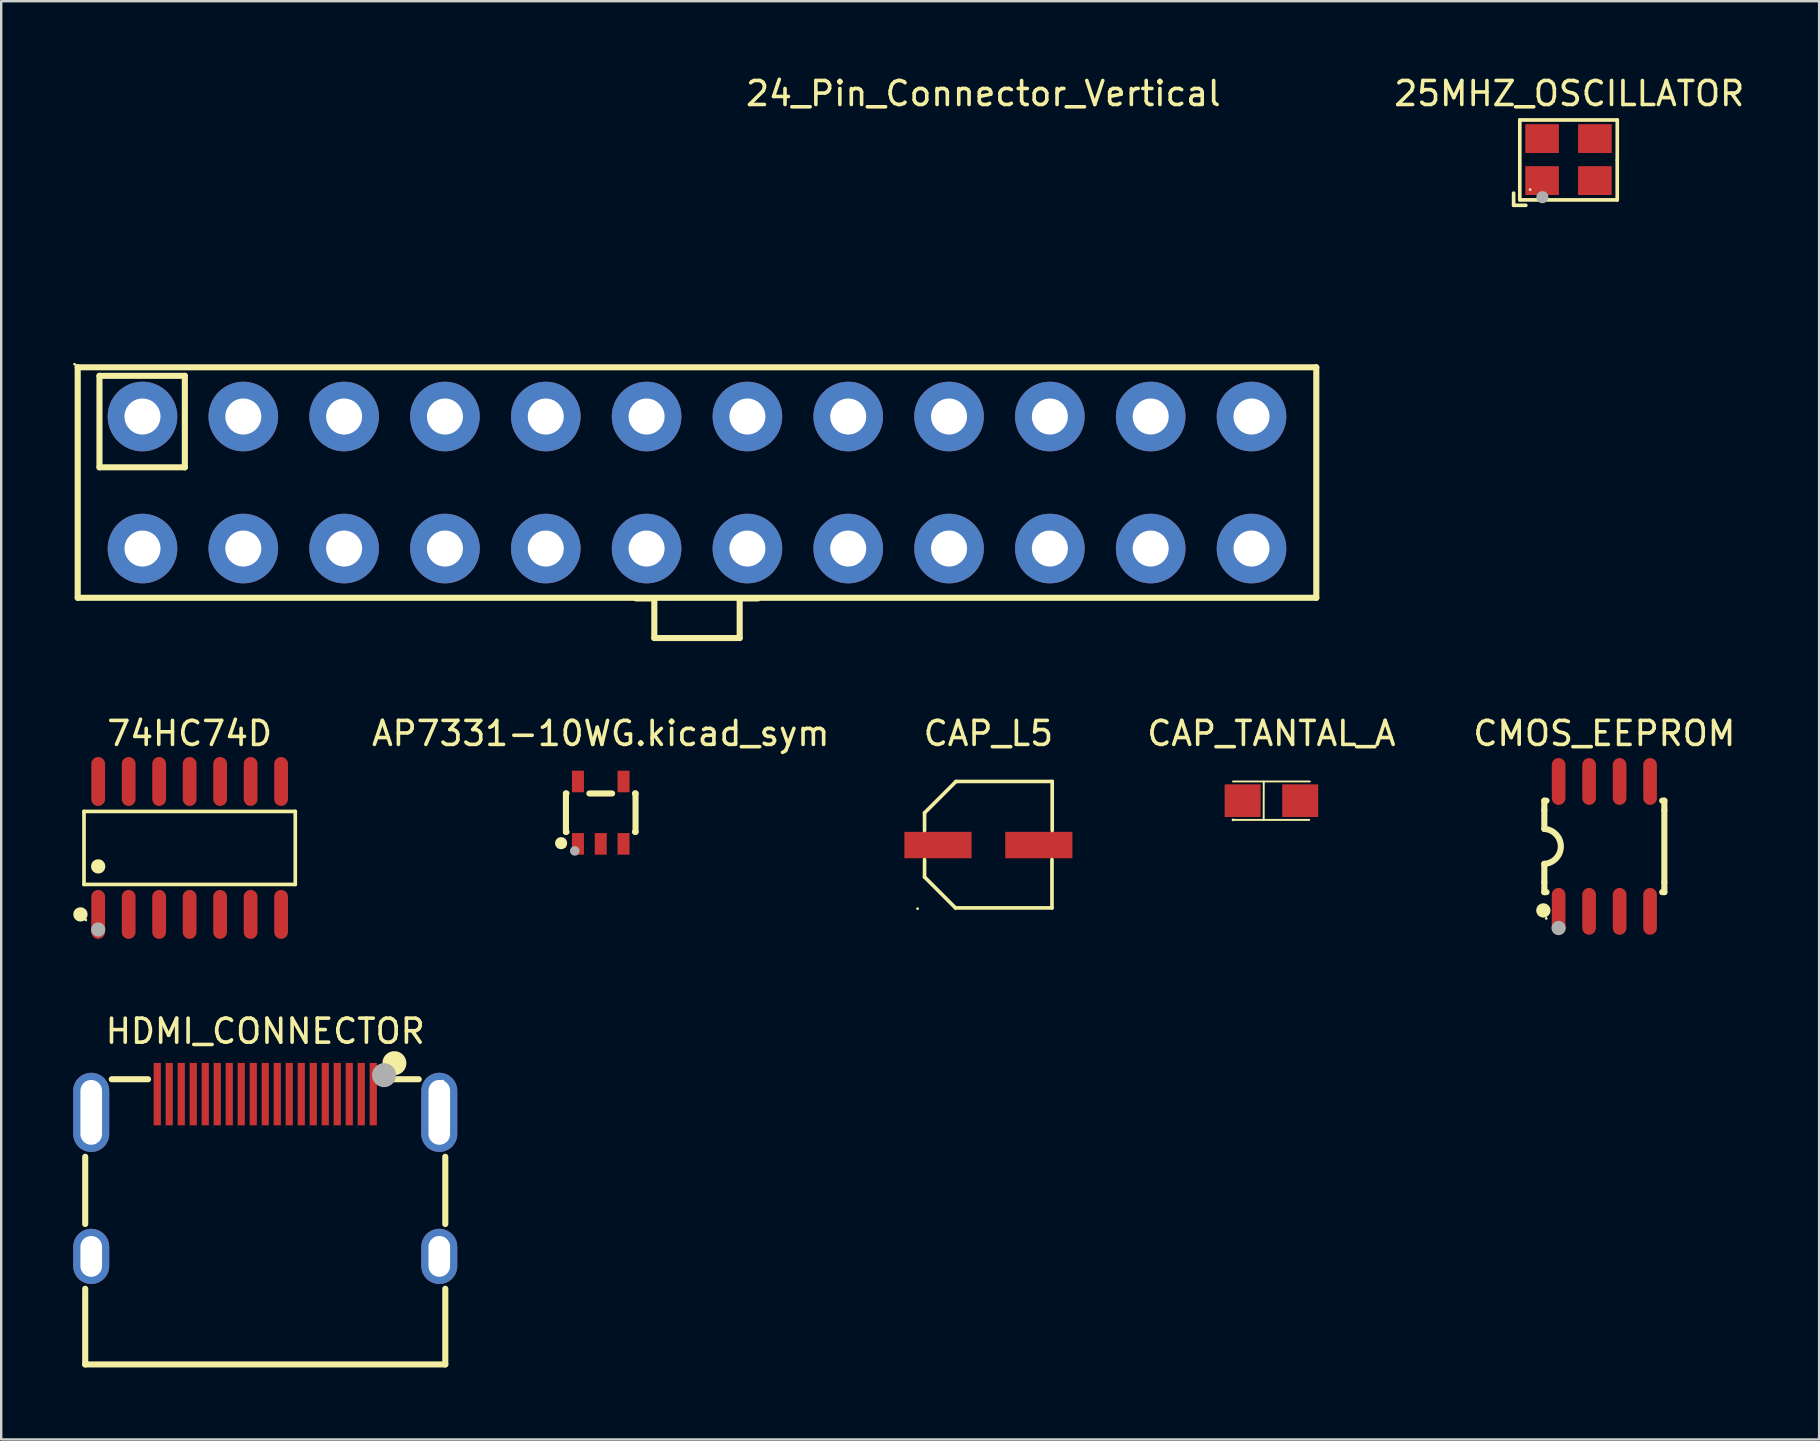
<source format=kicad_pcb>
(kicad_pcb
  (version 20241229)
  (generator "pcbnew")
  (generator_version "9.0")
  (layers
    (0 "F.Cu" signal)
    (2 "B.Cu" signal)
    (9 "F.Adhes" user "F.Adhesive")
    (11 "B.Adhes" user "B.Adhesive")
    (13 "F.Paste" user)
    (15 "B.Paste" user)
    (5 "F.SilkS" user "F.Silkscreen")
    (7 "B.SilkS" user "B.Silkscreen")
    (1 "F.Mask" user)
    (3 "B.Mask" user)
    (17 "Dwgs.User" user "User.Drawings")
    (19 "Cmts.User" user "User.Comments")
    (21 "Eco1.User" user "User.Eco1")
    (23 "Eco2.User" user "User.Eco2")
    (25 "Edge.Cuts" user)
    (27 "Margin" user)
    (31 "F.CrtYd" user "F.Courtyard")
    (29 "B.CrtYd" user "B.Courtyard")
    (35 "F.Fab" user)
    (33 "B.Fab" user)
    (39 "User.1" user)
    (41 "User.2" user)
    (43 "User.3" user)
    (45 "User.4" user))
  (footprint "74HC74D"
    (layer "F.Cu")
    (at 4.85 32.274)
    (property "Reference" "74HC74D" (at 0 -4.769 180) (layer "F.SilkS") (effects (font (size 1 1) (thickness 0.15))))
    (attr through_hole)
    (fp_line (start -4.401 -1.521) (end 4.401 -1.521) (stroke (width 0.152) (type solid)) (layer "F.SilkS"))
    (fp_line (start -4.401 1.521) (end -4.401 -1.521) (stroke (width 0.152) (type solid)) (layer "F.SilkS"))
    (fp_line (start 4.401 -1.521) (end 4.401 1.521) (stroke (width 0.152) (type solid)) (layer "F.SilkS"))
    (fp_line (start 4.401 1.521) (end -4.401 1.521) (stroke (width 0.152) (type solid)) (layer "F.SilkS"))
    (fp_circle (center -4.549 2.769) (end -4.399 2.769) (stroke (width 0.3) (type solid)) (fill no) (layer "F.SilkS"))
    (fp_circle (center -4.325 3) (end -4.295 3) (stroke (width 0.06) (type solid)) (fill no) (layer "F.SilkS"))
    (fp_circle (center -3.81 0.769) (end -3.66 0.769) (stroke (width 0.3) (type solid)) (fill no) (layer "F.SilkS"))
    (fp_circle (center -3.81 3.4) (end -3.66 3.4) (stroke (width 0.3) (type solid)) (fill no) (layer "F.Fab"))
    (pad "1" smd oval (at -3.81 2.769) (size 0.574 2.038) (layers "F.Cu" "F.Mask" "F.Paste"))
    (pad "2" smd oval (at -2.54 2.769) (size 0.574 2.038) (layers "F.Cu" "F.Mask" "F.Paste"))
    (pad "3" smd oval (at -1.27 2.769) (size 0.574 2.038) (layers "F.Cu" "F.Mask" "F.Paste"))
    (pad "4" smd oval (at 0 2.769) (size 0.574 2.038) (layers "F.Cu" "F.Mask" "F.Paste"))
    (pad "5" smd oval (at 1.27 2.769) (size 0.574 2.038) (layers "F.Cu" "F.Mask" "F.Paste"))
    (pad "6" smd oval (at 2.54 2.769) (size 0.574 2.038) (layers "F.Cu" "F.Mask" "F.Paste"))
    (pad "7" smd oval (at 3.81 2.769) (size 0.574 2.038) (layers "F.Cu" "F.Mask" "F.Paste"))
    (pad "8" smd oval (at 3.81 -2.769) (size 0.574 2.038) (layers "F.Cu" "F.Mask" "F.Paste"))
    (pad "9" smd oval (at 2.54 -2.769) (size 0.574 2.038) (layers "F.Cu" "F.Mask" "F.Paste"))
    (pad "10" smd oval (at 1.27 -2.769) (size 0.574 2.038) (layers "F.Cu" "F.Mask" "F.Paste"))
    (pad "11" smd oval (at 0 -2.769) (size 0.574 2.038) (layers "F.Cu" "F.Mask" "F.Paste"))
    (pad "12" smd oval (at -1.27 -2.769) (size 0.574 2.038) (layers "F.Cu" "F.Mask" "F.Paste"))
    (pad "13" smd oval (at -2.54 -2.769) (size 0.574 2.038) (layers "F.Cu" "F.Mask" "F.Paste"))
    (pad "14" smd oval (at -3.81 -2.769) (size 0.574 2.038) (layers "F.Cu" "F.Mask" "F.Paste")))
  (footprint "CAP_TANTAL_A"
    (layer "F.Cu")
    (at 49.916 30.305)
    (property "Reference" "CAP_TANTAL_A" (at 0 -2.8 180) (layer "F.SilkS") (effects (font (size 1 1) (thickness 0.15))))
    (attr through_hole)
    (fp_line (start -1.6 -0.8) (end 1.6 -0.8) (stroke (width 0.08) (type solid)) (layer "F.SilkS"))
    (fp_line (start -1.575 0.8) (end 1.575 0.8) (stroke (width 0.08) (type solid)) (layer "F.SilkS"))
    (fp_line (start -0.323 0.8) (end -0.32 -0.8) (stroke (width 0.08) (type solid)) (layer "F.SilkS"))
    (fp_circle (center -1.6 0.8) (end -1.57 0.8) (stroke (width 0.06) (type solid)) (fill no) (layer "F.SilkS"))
    (pad "1" smd rect (at -1.2 0) (size 1.5 1.359) (layers "F.Cu" "F.Mask" "F.Paste"))
    (pad "2" smd rect (at 1.2 0) (size 1.5 1.359) (layers "F.Cu" "F.Mask" "F.Paste")))
  (footprint "24_Pin_Connector_Vertical"
    (layer "F.Cu")
    (at 25.986 17.052)
    (property "Reference" "24_Pin_Connector_Vertical" (at 11.928 -16.204 0) (layer "F.SilkS") (effects (font (size 1 1) (thickness 0.15))))
    (attr through_hole)
    (fp_line (start -25.799 -4.801) (end -25.799 4.801) (stroke (width 0.254) (type solid)) (layer "F.SilkS"))
    (fp_line (start -25.799 -4.801) (end 25.799 -4.801) (stroke (width 0.254) (type solid)) (layer "F.SilkS"))
    (fp_line (start -25.799 4.801) (end 25.799 4.801) (stroke (width 0.254) (type solid)) (layer "F.SilkS"))
    (fp_line (start -24.892 -4.445) (end -21.336 -4.445) (stroke (width 0.254) (type solid)) (layer "F.SilkS"))
    (fp_line (start -24.892 -0.635) (end -24.892 -4.445) (stroke (width 0.254) (type solid)) (layer "F.SilkS"))
    (fp_line (start -21.336 -4.445) (end -21.336 -0.635) (stroke (width 0.254) (type solid)) (layer "F.SilkS"))
    (fp_line (start -21.336 -0.635) (end -24.892 -0.635) (stroke (width 0.254) (type solid)) (layer "F.SilkS"))
    (fp_line (start -2.54 4.826) (end -1.778 4.826) (stroke (width 0.254) (type solid)) (layer "F.SilkS"))
    (fp_line (start -1.778 4.826) (end -1.778 6.477) (stroke (width 0.254) (type solid)) (layer "F.SilkS"))
    (fp_line (start -1.778 6.477) (end 1.778 6.477) (stroke (width 0.254) (type solid)) (layer "F.SilkS"))
    (fp_line (start 1.778 4.826) (end 2.54 4.826) (stroke (width 0.254) (type solid)) (layer "F.SilkS"))
    (fp_line (start 1.778 6.477) (end 1.778 4.826) (stroke (width 0.254) (type solid)) (layer "F.SilkS"))
    (fp_line (start 25.799 -4.801) (end 25.799 4.801) (stroke (width 0.254) (type solid)) (layer "F.SilkS"))
    (fp_circle (center -25.926 -4.928) (end -25.896 -4.928) (stroke (width 0.06) (type solid)) (fill no) (layer "F.SilkS"))
    (pad "1" thru_hole circle (at -23.1 -2.75) (size 2.9 2.9) (drill 1.5) (layers "*.Cu" "*.Mask"))
    (pad "2" thru_hole circle (at -18.9 -2.75) (size 2.9 2.9) (drill 1.5) (layers "*.Cu" "*.Mask"))
    (pad "3" thru_hole circle (at -14.7 -2.75) (size 2.9 2.9) (drill 1.5) (layers "*.Cu" "*.Mask"))
    (pad "4" thru_hole circle (at -10.5 -2.75) (size 2.9 2.9) (drill 1.5) (layers "*.Cu" "*.Mask"))
    (pad "5" thru_hole circle (at -6.3 -2.75) (size 2.9 2.9) (drill 1.5) (layers "*.Cu" "*.Mask"))
    (pad "6" thru_hole circle (at -2.1 -2.75) (size 2.9 2.9) (drill 1.5) (layers "*.Cu" "*.Mask"))
    (pad "7" thru_hole circle (at 2.1 -2.75) (size 2.9 2.9) (drill 1.5) (layers "*.Cu" "*.Mask"))
    (pad "8" thru_hole circle (at 6.3 -2.75) (size 2.9 2.9) (drill 1.5) (layers "*.Cu" "*.Mask"))
    (pad "9" thru_hole circle (at 10.5 -2.75) (size 2.9 2.9) (drill 1.5) (layers "*.Cu" "*.Mask"))
    (pad "10" thru_hole circle (at 14.7 -2.75) (size 2.9 2.9) (drill 1.5) (layers "*.Cu" "*.Mask"))
    (pad "11" thru_hole circle (at 18.9 -2.75) (size 2.9 2.9) (drill 1.5) (layers "*.Cu" "*.Mask"))
    (pad "12" thru_hole circle (at 23.1 -2.75) (size 2.9 2.9) (drill 1.5) (layers "*.Cu" "*.Mask"))
    (pad "13" thru_hole circle (at -23.1 2.75) (size 2.9 2.9) (drill 1.5) (layers "*.Cu" "*.Mask"))
    (pad "14" thru_hole circle (at -18.9 2.75) (size 2.9 2.9) (drill 1.5) (layers "*.Cu" "*.Mask"))
    (pad "15" thru_hole circle (at -14.7 2.75) (size 2.9 2.9) (drill 1.5) (layers "*.Cu" "*.Mask"))
    (pad "16" thru_hole circle (at -10.5 2.75) (size 2.9 2.9) (drill 1.5) (layers "*.Cu" "*.Mask"))
    (pad "17" thru_hole circle (at -6.3 2.75) (size 2.9 2.9) (drill 1.5) (layers "*.Cu" "*.Mask"))
    (pad "18" thru_hole circle (at -2.1 2.75) (size 2.9 2.9) (drill 1.5) (layers "*.Cu" "*.Mask"))
    (pad "19" thru_hole circle (at 2.1 2.75) (size 2.9 2.9) (drill 1.5) (layers "*.Cu" "*.Mask"))
    (pad "20" thru_hole circle (at 6.3 2.75) (size 2.9 2.9) (drill 1.5) (layers "*.Cu" "*.Mask"))
    (pad "21" thru_hole circle (at 10.5 2.75) (size 2.9 2.9) (drill 1.5) (layers "*.Cu" "*.Mask"))
    (pad "22" thru_hole circle (at 14.7 2.75) (size 2.9 2.9) (drill 1.5) (layers "*.Cu" "*.Mask"))
    (pad "23" thru_hole circle (at 18.9 2.75) (size 2.9 2.9) (drill 1.5) (layers "*.Cu" "*.Mask"))
    (pad "24" thru_hole circle (at 23.1 2.75) (size 2.9 2.9) (drill 1.5) (layers "*.Cu" "*.Mask")))
  (footprint "CAP_L5"
    (layer "F.Cu")
    (at 38.125 32.154)
    (property "Reference" "CAP_L5" (at 0 -4.649 0) (layer "F.SilkS") (effects (font (size 1 1) (thickness 0.15))))
    (attr through_hole)
    (fp_line (start -2.659 -1.341) (end -2.659 -0.607) (stroke (width 0.152) (type solid)) (layer "F.SilkS"))
    (fp_line (start -2.659 1.331) (end -2.659 0.607) (stroke (width 0.152) (type solid)) (layer "F.SilkS"))
    (fp_line (start -1.372 2.619) (end -2.659 1.331) (stroke (width 0.152) (type solid)) (layer "F.SilkS"))
    (fp_line (start -1.349 -2.649) (end -2.659 -1.341) (stroke (width 0.152) (type solid)) (layer "F.SilkS"))
    (fp_line (start 2.649 0.607) (end 2.649 2.619) (stroke (width 0.152) (type solid)) (layer "F.SilkS"))
    (fp_line (start 2.649 2.619) (end -1.372 2.619) (stroke (width 0.152) (type solid)) (layer "F.SilkS"))
    (fp_line (start 2.659 -2.649) (end -1.349 -2.649) (stroke (width 0.152) (type solid)) (layer "F.SilkS"))
    (fp_line (start 2.659 -0.607) (end 2.659 -2.649) (stroke (width 0.152) (type solid)) (layer "F.SilkS"))
    (fp_circle (center -2.95 2.65) (end -2.92 2.65) (stroke (width 0.06) (type solid)) (fill no) (layer "F.SilkS"))
    (pad "1" smd rect (at -2.1 0) (size 2.8 1.1) (layers "F.Cu" "F.Mask" "F.Paste"))
    (pad "2" smd rect (at 2.1 0) (size 2.8 1.1) (layers "F.Cu" "F.Mask" "F.Paste")))
  (footprint "CMOS_EEPROM"
    (layer "F.Cu")
    (at 63.785 32.21)
    (property "Reference" "CMOS_EEPROM" (at 0 -4.705 0) (layer "F.SilkS") (effects (font (size 1 1) (thickness 0.15))))
    (attr through_hole)
    (fp_line (start -2.5 -1.905) (end -2.409 -1.905) (stroke (width 0.254) (type solid)) (layer "F.SilkS"))
    (fp_line (start -2.5 -1.5) (end -2.5 -1.905) (stroke (width 0.254) (type solid)) (layer "F.SilkS"))
    (fp_line (start -2.5 -1.5) (end -2.5 -0.726) (stroke (width 0.254) (type solid)) (layer "F.SilkS"))
    (fp_line (start -2.5 1.5) (end -2.5 0.727) (stroke (width 0.254) (type solid)) (layer "F.SilkS"))
    (fp_line (start -2.5 1.5) (end -2.5 1.905) (stroke (width 0.254) (type solid)) (layer "F.SilkS"))
    (fp_line (start -2.5 1.905) (end -2.409 1.905) (stroke (width 0.254) (type solid)) (layer "F.SilkS"))
    (fp_line (start 2.5 -1.905) (end 2.409 -1.905) (stroke (width 0.254) (type solid)) (layer "F.SilkS"))
    (fp_line (start 2.5 -1.5) (end 2.5 -1.905) (stroke (width 0.254) (type solid)) (layer "F.SilkS"))
    (fp_line (start 2.5 -1.5) (end 2.5 1.5) (stroke (width 0.254) (type solid)) (layer "F.SilkS"))
    (fp_line (start 2.5 1.5) (end 2.5 1.905) (stroke (width 0.254) (type solid)) (layer "F.SilkS"))
    (fp_line (start 2.5 1.905) (end 2.409 1.905) (stroke (width 0.254) (type solid)) (layer "F.SilkS"))
    (fp_arc (start -2.495098 -0.726289) (mid -1.812145 0.002452) (end -2.499999 0.726568) (stroke (width 0.254) (type solid)) (layer "F.SilkS"))
    (fp_circle (center -2.54 2.667) (end -2.39 2.667) (stroke (width 0.3) (type solid)) (fill no) (layer "F.SilkS"))
    (fp_circle (center -2.42 3) (end -2.39 3) (stroke (width 0.06) (type solid)) (fill no) (layer "F.SilkS"))
    (fp_circle (center -1.905 3.4) (end -1.755 3.4) (stroke (width 0.3) (type solid)) (fill no) (layer "F.Fab"))
    (pad "1" smd oval (at -1.905 2.705) (size 0.568 1.95) (layers "F.Cu" "F.Mask" "F.Paste"))
    (pad "2" smd oval (at -0.635 2.705) (size 0.568 1.95) (layers "F.Cu" "F.Mask" "F.Paste"))
    (pad "3" smd oval (at 0.635 2.705) (size 0.568 1.95) (layers "F.Cu" "F.Mask" "F.Paste"))
    (pad "4" smd oval (at 1.905 2.705) (size 0.568 1.95) (layers "F.Cu" "F.Mask" "F.Paste"))
    (pad "5" smd oval (at 1.905 -2.705) (size 0.568 1.95) (layers "F.Cu" "F.Mask" "F.Paste"))
    (pad "6" smd oval (at 0.635 -2.705) (size 0.568 1.95) (layers "F.Cu" "F.Mask" "F.Paste"))
    (pad "7" smd oval (at -0.635 -2.705) (size 0.568 1.95) (layers "F.Cu" "F.Mask" "F.Paste"))
    (pad "8" smd oval (at -1.905 -2.705) (size 0.568 1.95) (layers "F.Cu" "F.Mask" "F.Paste")))
  (footprint "HDMI_CONNECTOR"
    (layer "F.Cu")
    (at 8 45.91)
    (property "Reference" "HDMI_CONNECTOR" (at -0.000051 -6 180) (layer "F.SilkS") (effects (font (size 1 1) (thickness 0.15))))
    (attr through_hole)
    (fp_line (start -7.5 2.031) (end -7.5 -0.771) (stroke (width 0.254) (type solid)) (layer "F.SilkS"))
    (fp_line (start -7.5 7.88) (end -7.5 4.729) (stroke (width 0.254) (type solid)) (layer "F.SilkS"))
    (fp_line (start -4.881 -4) (end -6.395 -4) (stroke (width 0.254) (type solid)) (layer "F.SilkS"))
    (fp_line (start 6.395 -4) (end 4.881 -4) (stroke (width 0.254) (type solid)) (layer "F.SilkS"))
    (fp_line (start 7.5 2.031) (end 7.5 -0.771) (stroke (width 0.254) (type solid)) (layer "F.SilkS"))
    (fp_line (start 7.5 7.88) (end -7.5 7.88) (stroke (width 0.254) (type solid)) (layer "F.SilkS"))
    (fp_line (start 7.5 7.88) (end 7.5 4.729) (stroke (width 0.254) (type solid)) (layer "F.SilkS"))
    (fp_circle (center 5.38 -4.67) (end 5.63 -4.67) (stroke (width 0.5) (type solid)) (fill no) (layer "F.SilkS"))
    (fp_circle (center 7.4 -3.92) (end 7.43 -3.92) (stroke (width 0.06) (type solid)) (fill no) (layer "F.SilkS"))
    (fp_circle (center 4.95 -4.17) (end 5.2 -4.17) (stroke (width 0.5) (type solid)) (fill no) (layer "F.Fab"))
    (pad "1" smd rect (at 4.5 -3.38) (size 0.3 2.6) (layers "F.Cu" "F.Mask" "F.Paste"))
    (pad "2" smd rect (at 4 -3.38) (size 0.3 2.6) (layers "F.Cu" "F.Mask" "F.Paste"))
    (pad "3" smd rect (at 3.5 -3.38) (size 0.3 2.6) (layers "F.Cu" "F.Mask" "F.Paste"))
    (pad "4" smd rect (at 3 -3.38) (size 0.3 2.6) (layers "F.Cu" "F.Mask" "F.Paste"))
    (pad "5" smd rect (at 2.5 -3.38) (size 0.3 2.6) (layers "F.Cu" "F.Mask" "F.Paste"))
    (pad "6" smd rect (at 2 -3.38) (size 0.3 2.6) (layers "F.Cu" "F.Mask" "F.Paste"))
    (pad "7" smd rect (at 1.5 -3.38) (size 0.3 2.6) (layers "F.Cu" "F.Mask" "F.Paste"))
    (pad "8" smd rect (at 1 -3.38) (size 0.3 2.6) (layers "F.Cu" "F.Mask" "F.Paste"))
    (pad "9" smd rect (at 0.5 -3.38) (size 0.3 2.6) (layers "F.Cu" "F.Mask" "F.Paste"))
    (pad "10" smd rect (at -0.000127 -3.38) (size 0.3 2.6) (layers "F.Cu" "F.Mask" "F.Paste"))
    (pad "11" smd rect (at -0.5 -3.38) (size 0.3 2.6) (layers "F.Cu" "F.Mask" "F.Paste"))
    (pad "12" smd rect (at -1 -3.38) (size 0.3 2.6) (layers "F.Cu" "F.Mask" "F.Paste"))
    (pad "13" smd rect (at -1.5 -3.38) (size 0.3 2.6) (layers "F.Cu" "F.Mask" "F.Paste"))
    (pad "14" smd rect (at -2 -3.38) (size 0.3 2.6) (layers "F.Cu" "F.Mask" "F.Paste"))
    (pad "15" smd rect (at -2.5 -3.38) (size 0.3 2.6) (layers "F.Cu" "F.Mask" "F.Paste"))
    (pad "16" smd rect (at -3 -3.38) (size 0.3 2.6) (layers "F.Cu" "F.Mask" "F.Paste"))
    (pad "17" smd rect (at -3.5 -3.38) (size 0.3 2.6) (layers "F.Cu" "F.Mask" "F.Paste"))
    (pad "18" smd rect (at -4 -3.38) (size 0.3 2.6) (layers "F.Cu" "F.Mask" "F.Paste"))
    (pad "19" smd rect (at -4.5 -3.38) (size 0.3 2.6) (layers "F.Cu" "F.Mask" "F.Paste"))
    (pad "20" thru_hole oval (at -7.25 -2.62) (size 1.5 3.3) (drill oval 0.9 2.7) (layers "*.Cu" "*.Mask"))
    (pad "20" thru_hole oval (at -7.25 3.38) (size 1.5 2.3) (drill oval 0.9 1.7) (layers "*.Cu" "*.Mask"))
    (pad "20" thru_hole oval (at 7.25 -2.62) (size 1.5 3.3) (drill oval 0.9 2.7) (layers "*.Cu" "*.Mask"))
    (pad "20" thru_hole oval (at 7.25 3.38) (size 1.5 2.3) (drill oval 0.9 1.7) (layers "*.Cu" "*.Mask")))
  (footprint "AP7331-10WG.kicad_sym"
    (layer "F.Cu")
    (at 21.976 30.805)
    (property "Reference" "AP7331-10WG.kicad_sym" (at 0 -3.3 0) (layer "F.SilkS") (effects (font (size 1 1) (thickness 0.15))))
    (attr through_hole)
    (fp_line (start -1.45 0.8) (end -1.45 -0.8) (stroke (width 0.254) (type solid)) (layer "F.SilkS"))
    (fp_line (start -1.45 0.8) (end -1.426 0.8) (stroke (width 0.254) (type solid)) (layer "F.SilkS"))
    (fp_line (start -1.426 -0.8) (end -1.45 -0.8) (stroke (width 0.254) (type solid)) (layer "F.SilkS"))
    (fp_line (start 0.474 -0.8) (end -0.474 -0.8) (stroke (width 0.254) (type solid)) (layer "F.SilkS"))
    (fp_line (start 1.426 0.8) (end 1.45 0.8) (stroke (width 0.254) (type solid)) (layer "F.SilkS"))
    (fp_line (start 1.45 -0.8) (end 1.426 -0.8) (stroke (width 0.254) (type solid)) (layer "F.SilkS"))
    (fp_line (start 1.45 0.8) (end 1.45 -0.8) (stroke (width 0.254) (type solid)) (layer "F.SilkS"))
    (fp_circle (center -1.651 1.27) (end -1.524 1.27) (stroke (width 0.254) (type solid)) (fill no) (layer "F.SilkS"))
    (fp_circle (center -1.5 1.4) (end -1.47 1.4) (stroke (width 0.06) (type solid)) (fill no) (layer "F.SilkS"))
    (fp_circle (center -1.081 1.593) (end -0.981 1.593) (stroke (width 0.2) (type solid)) (fill no) (layer "F.Fab"))
    (pad "1" smd rect (at -0.95 1.3) (size 0.5 0.9) (layers "F.Cu" "F.Mask" "F.Paste"))
    (pad "2" smd rect (at 0 1.3) (size 0.5 0.9) (layers "F.Cu" "F.Mask" "F.Paste"))
    (pad "3" smd rect (at 0.95 1.3) (size 0.5 0.9) (layers "F.Cu" "F.Mask" "F.Paste"))
    (pad "4" smd rect (at 0.95 -1.3) (size 0.5 0.9) (layers "F.Cu" "F.Mask" "F.Paste"))
    (pad "5" smd rect (at -0.95 -1.3) (size 0.5 0.9) (layers "F.Cu" "F.Mask" "F.Paste")))
  (footprint "25MHZ_OSCILLATOR"
    (layer "F.Cu")
    (at 62.292 3.598)
    (property "Reference" "25MHZ_OSCILLATOR" (at 0.03 -2.75 0) (layer "F.SilkS") (effects (font (size 1 1) (thickness 0.15))))
    (attr through_hole)
    (fp_line (start -2.286 1.397) (end -2.286 1.905) (stroke (width 0.152) (type solid)) (layer "F.SilkS"))
    (fp_line (start -2.286 1.905) (end -1.778 1.905) (stroke (width 0.152) (type solid)) (layer "F.SilkS"))
    (fp_line (start -2.029 -1.651) (end 2.032 -1.651) (stroke (width 0.152) (type solid)) (layer "F.SilkS"))
    (fp_line (start -2.029 1.679) (end -2.029 -1.651) (stroke (width 0.152) (type solid)) (layer "F.SilkS"))
    (fp_line (start 2.03 0.028) (end 2.03 1.679) (stroke (width 0.152) (type solid)) (layer "F.SilkS"))
    (fp_line (start 2.03 1.679) (end -2.02 1.679) (stroke (width 0.152) (type solid)) (layer "F.SilkS"))
    (fp_line (start 2.032 -1.651) (end 2.032 -0.000127) (stroke (width 0.152) (type solid)) (layer "F.SilkS"))
    (fp_circle (center -1.6 1.25) (end -1.57 1.25) (stroke (width 0.06) (type solid)) (fill no) (layer "F.SilkS"))
    (fp_circle (center -1.088 1.567) (end -0.961 1.567) (stroke (width 0.254) (type solid)) (fill no) (layer "F.Fab"))
    (pad "1" smd rect (at -1.1 0.875) (size 1.4 1.2) (layers "F.Cu" "F.Mask" "F.Paste"))
    (pad "2" smd rect (at 1.1 0.875) (size 1.4 1.2) (layers "F.Cu" "F.Mask" "F.Paste"))
    (pad "3" smd rect (at 1.1 -0.875) (size 1.4 1.2) (layers "F.Cu" "F.Mask" "F.Paste"))
    (pad "4" smd rect (at -1.1 -0.875) (size 1.4 1.2) (layers "F.Cu" "F.Mask" "F.Paste")))
  (gr_rect
    (start -3 -3)
    (end 72.733 56.917)
    (stroke (width 0.1) (type default))
    (fill no)
    (layer "Edge.Cuts")))
</source>
